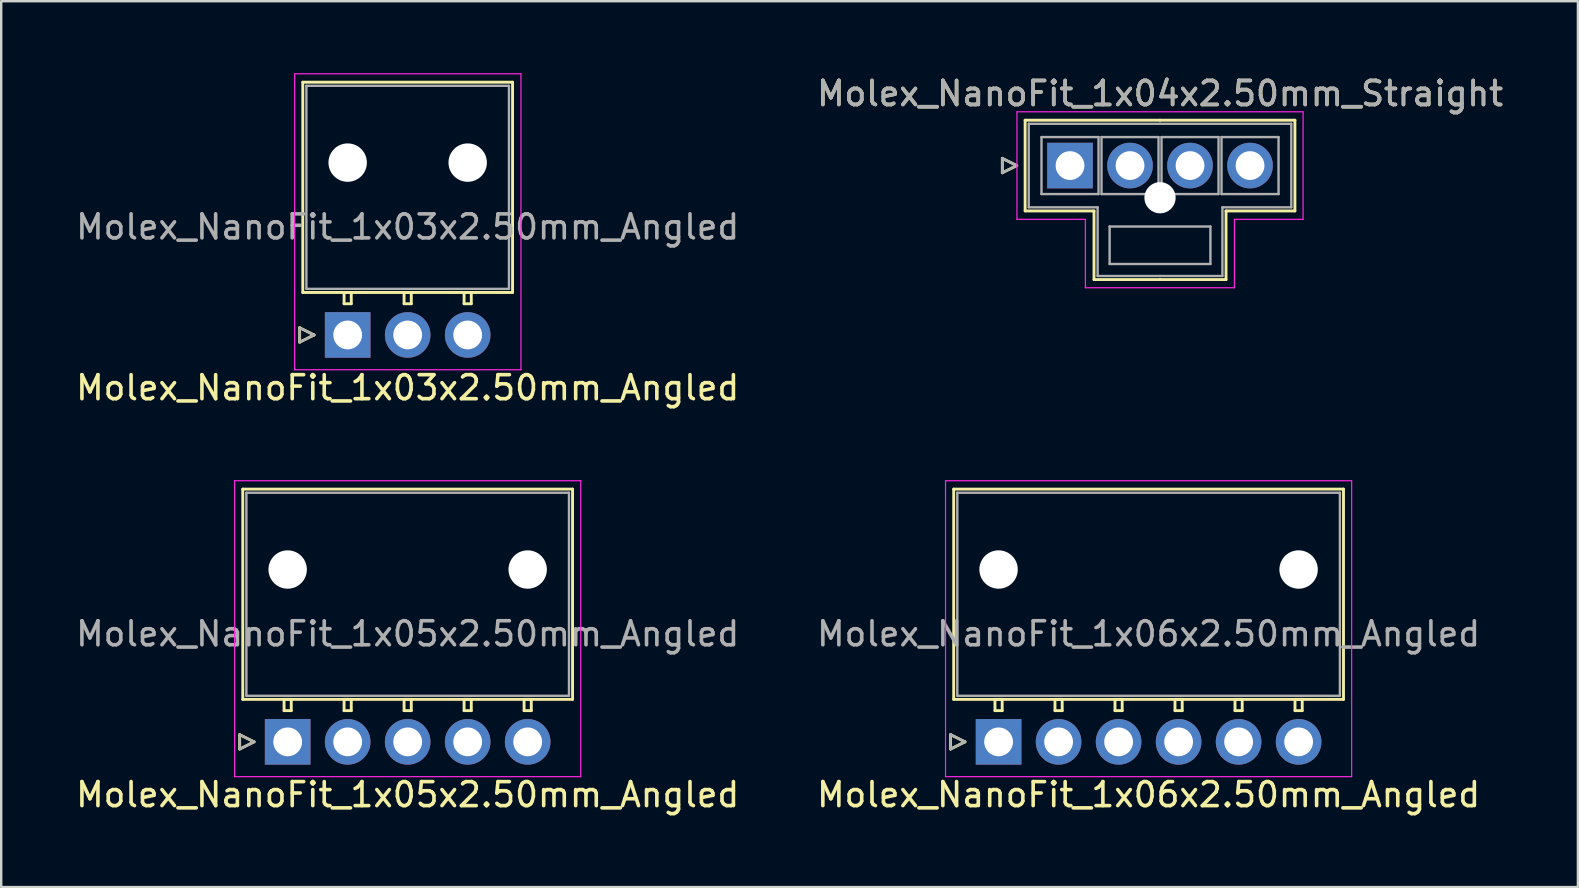
<source format=kicad_pcb>
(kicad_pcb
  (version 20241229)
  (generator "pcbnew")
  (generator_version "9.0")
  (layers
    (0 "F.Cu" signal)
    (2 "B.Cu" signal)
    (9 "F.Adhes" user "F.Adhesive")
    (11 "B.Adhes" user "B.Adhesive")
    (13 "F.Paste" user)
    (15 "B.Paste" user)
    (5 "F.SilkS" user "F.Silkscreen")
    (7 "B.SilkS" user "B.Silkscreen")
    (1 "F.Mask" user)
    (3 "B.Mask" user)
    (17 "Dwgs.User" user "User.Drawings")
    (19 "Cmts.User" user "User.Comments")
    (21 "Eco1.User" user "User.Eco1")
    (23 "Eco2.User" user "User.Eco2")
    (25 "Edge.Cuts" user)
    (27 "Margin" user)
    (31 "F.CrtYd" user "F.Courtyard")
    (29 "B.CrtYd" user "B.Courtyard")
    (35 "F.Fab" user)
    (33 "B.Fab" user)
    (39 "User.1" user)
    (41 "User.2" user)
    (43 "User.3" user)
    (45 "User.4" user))
  (footprint "Molex_NanoFit_1x04x2.50mm_Straight"
    (layer "F.Cu")
    (at 41.53 3.848)
    (property "Reference" "Molex_NanoFit_1x04x2.50mm_Straight" (at 3.75 -3 0) (layer "F.SilkS") (effects (font (size 1 1) (thickness 0.15))))
    (attr through_hole)
    (fp_line (start -2.82 -0.3) (end -2.22 0) (stroke (width 0.12) (type solid)) (layer "F.SilkS"))
    (fp_line (start -2.82 0.3) (end -2.82 -0.3) (stroke (width 0.12) (type solid)) (layer "F.SilkS"))
    (fp_line (start -2.22 0) (end -2.82 0.3) (stroke (width 0.12) (type solid)) (layer "F.SilkS"))
    (fp_line (start -1.87 -1.89) (end -1.87 1.89) (stroke (width 0.12) (type solid)) (layer "F.SilkS"))
    (fp_line (start -1.87 1.89) (end 1 1.89) (stroke (width 0.12) (type solid)) (layer "F.SilkS"))
    (fp_line (start 1 1.89) (end 1 4.75) (stroke (width 0.12) (type solid)) (layer "F.SilkS"))
    (fp_line (start 1 4.75) (end 3.75 4.75) (stroke (width 0.12) (type solid)) (layer "F.SilkS"))
    (fp_line (start 3.75 -1.89) (end -1.87 -1.89) (stroke (width 0.12) (type solid)) (layer "F.SilkS"))
    (fp_line (start 3.75 -1.89) (end 9.37 -1.89) (stroke (width 0.12) (type solid)) (layer "F.SilkS"))
    (fp_line (start 6.5 1.89) (end 6.5 4.75) (stroke (width 0.12) (type solid)) (layer "F.SilkS"))
    (fp_line (start 6.5 4.75) (end 3.75 4.75) (stroke (width 0.12) (type solid)) (layer "F.SilkS"))
    (fp_line (start 9.37 -1.89) (end 9.37 1.89) (stroke (width 0.12) (type solid)) (layer "F.SilkS"))
    (fp_line (start 9.37 1.89) (end 6.5 1.89) (stroke (width 0.12) (type solid)) (layer "F.SilkS"))
    (fp_line (start -2.21 -2.24) (end -2.21 2.24) (stroke (width 0.05) (type solid)) (layer "F.CrtYd"))
    (fp_line (start -2.21 2.24) (end 0.64 2.24) (stroke (width 0.05) (type solid)) (layer "F.CrtYd"))
    (fp_line (start 0.64 2.24) (end 0.64 5.09) (stroke (width 0.05) (type solid)) (layer "F.CrtYd"))
    (fp_line (start 0.64 5.09) (end 6.85 5.09) (stroke (width 0.05) (type solid)) (layer "F.CrtYd"))
    (fp_line (start 6.85 2.24) (end 9.71 2.24) (stroke (width 0.05) (type solid)) (layer "F.CrtYd"))
    (fp_line (start 6.85 5.09) (end 6.85 2.24) (stroke (width 0.05) (type solid)) (layer "F.CrtYd"))
    (fp_line (start 9.71 -2.24) (end -2.21 -2.24) (stroke (width 0.05) (type solid)) (layer "F.CrtYd"))
    (fp_line (start 9.71 2.24) (end 9.71 -2.24) (stroke (width 0.05) (type solid)) (layer "F.CrtYd"))
    (fp_line (start -2.82 -0.3) (end -2.22 0) (stroke (width 0.1) (type solid)) (layer "F.Fab"))
    (fp_line (start -2.82 0.3) (end -2.82 -0.3) (stroke (width 0.1) (type solid)) (layer "F.Fab"))
    (fp_line (start -2.22 0) (end -2.82 0.3) (stroke (width 0.1) (type solid)) (layer "F.Fab"))
    (fp_line (start -1.72 -1.74) (end -1.72 1.74) (stroke (width 0.1) (type solid)) (layer "F.Fab"))
    (fp_line (start -1.72 1.74) (end 1.15 1.74) (stroke (width 0.1) (type solid)) (layer "F.Fab"))
    (fp_line (start -1.188 -1.188) (end -1.188 1.188) (stroke (width 0.1) (type solid)) (layer "F.Fab"))
    (fp_line (start -1.188 1.188) (end 1.188 1.188) (stroke (width 0.1) (type solid)) (layer "F.Fab"))
    (fp_line (start 1.15 1.74) (end 1.15 4.6) (stroke (width 0.1) (type solid)) (layer "F.Fab"))
    (fp_line (start 1.15 4.6) (end 3.75 4.6) (stroke (width 0.1) (type solid)) (layer "F.Fab"))
    (fp_line (start 1.188 -1.188) (end -1.188 -1.188) (stroke (width 0.1) (type solid)) (layer "F.Fab"))
    (fp_line (start 1.188 1.188) (end 1.188 -1.188) (stroke (width 0.1) (type solid)) (layer "F.Fab"))
    (fp_line (start 1.312 -1.188) (end 1.312 1.188) (stroke (width 0.1) (type solid)) (layer "F.Fab"))
    (fp_line (start 1.312 1.188) (end 3.688 1.188) (stroke (width 0.1) (type solid)) (layer "F.Fab"))
    (fp_line (start 1.65 2.54) (end 1.65 4.1) (stroke (width 0.1) (type solid)) (layer "F.Fab"))
    (fp_line (start 1.65 4.1) (end 5.85 4.1) (stroke (width 0.1) (type solid)) (layer "F.Fab"))
    (fp_line (start 3.688 -1.188) (end 1.312 -1.188) (stroke (width 0.1) (type solid)) (layer "F.Fab"))
    (fp_line (start 3.688 1.188) (end 3.688 -1.188) (stroke (width 0.1) (type solid)) (layer "F.Fab"))
    (fp_line (start 3.75 -1.74) (end -1.72 -1.74) (stroke (width 0.1) (type solid)) (layer "F.Fab"))
    (fp_line (start 3.75 -1.74) (end 9.22 -1.74) (stroke (width 0.1) (type solid)) (layer "F.Fab"))
    (fp_line (start 3.812 -1.188) (end 3.812 1.188) (stroke (width 0.1) (type solid)) (layer "F.Fab"))
    (fp_line (start 3.812 1.188) (end 6.188 1.188) (stroke (width 0.1) (type solid)) (layer "F.Fab"))
    (fp_line (start 5.85 2.54) (end 1.65 2.54) (stroke (width 0.1) (type solid)) (layer "F.Fab"))
    (fp_line (start 5.85 4.1) (end 5.85 2.54) (stroke (width 0.1) (type solid)) (layer "F.Fab"))
    (fp_line (start 6.188 -1.188) (end 3.812 -1.188) (stroke (width 0.1) (type solid)) (layer "F.Fab"))
    (fp_line (start 6.188 1.188) (end 6.188 -1.188) (stroke (width 0.1) (type solid)) (layer "F.Fab"))
    (fp_line (start 6.312 -1.188) (end 6.312 1.188) (stroke (width 0.1) (type solid)) (layer "F.Fab"))
    (fp_line (start 6.312 1.188) (end 8.688 1.188) (stroke (width 0.1) (type solid)) (layer "F.Fab"))
    (fp_line (start 6.35 1.74) (end 6.35 4.6) (stroke (width 0.1) (type solid)) (layer "F.Fab"))
    (fp_line (start 6.35 4.6) (end 3.75 4.6) (stroke (width 0.1) (type solid)) (layer "F.Fab"))
    (fp_line (start 8.688 -1.188) (end 6.312 -1.188) (stroke (width 0.1) (type solid)) (layer "F.Fab"))
    (fp_line (start 8.688 1.188) (end 8.688 -1.188) (stroke (width 0.1) (type solid)) (layer "F.Fab"))
    (fp_line (start 9.22 -1.74) (end 9.22 1.74) (stroke (width 0.1) (type solid)) (layer "F.Fab"))
    (fp_line (start 9.22 1.74) (end 6.35 1.74) (stroke (width 0.1) (type solid)) (layer "F.Fab"))
    (fp_text user "${REFERENCE}" (at 3.75 -3 0) (layer "F.Fab") (effects (font (size 1 1) (thickness 0.15))))
    (pad "" np_thru_hole circle (at 3.75 1.34) (size 1.3 1.3) (drill 1.3) (layers "*.Cu" "*.Mask"))
    (pad "1" thru_hole rect (at 0 0) (size 1.9 1.9) (drill 1.2) (layers "*.Cu" "*.Mask"))
    (pad "2" thru_hole circle (at 2.5 0) (size 1.9 1.9) (drill 1.2) (layers "*.Cu" "*.Mask"))
    (pad "3" thru_hole circle (at 5 0) (size 1.9 1.9) (drill 1.2) (layers "*.Cu" "*.Mask"))
    (pad "4" thru_hole circle (at 7.5 0) (size 1.9 1.9) (drill 1.2) (layers "*.Cu" "*.Mask")))
  (footprint "Molex_NanoFit_1x06x2.50mm_Angled"
    (layer "F.Cu")
    (at 38.554 27.858)
    (property "Reference" "Molex_NanoFit_1x06x2.50mm_Angled" (at 6.25 2.2 0) (layer "F.SilkS") (effects (font (size 1 1) (thickness 0.15))))
    (attr through_hole)
    (fp_line (start -2 -0.3) (end -1.4 0) (stroke (width 0.12) (type solid)) (layer "F.SilkS"))
    (fp_line (start -2 0.3) (end -2 -0.3) (stroke (width 0.12) (type solid)) (layer "F.SilkS"))
    (fp_line (start -1.87 -10.53) (end -1.87 -1.77) (stroke (width 0.12) (type solid)) (layer "F.SilkS"))
    (fp_line (start -1.87 -1.77) (end 14.37 -1.77) (stroke (width 0.12) (type solid)) (layer "F.SilkS"))
    (fp_line (start -1.4 0) (end -2 0.3) (stroke (width 0.12) (type solid)) (layer "F.SilkS"))
    (fp_line (start -0.15 -1.77) (end -0.15 -1.3) (stroke (width 0.12) (type solid)) (layer "F.SilkS"))
    (fp_line (start -0.15 -1.3) (end 0.15 -1.3) (stroke (width 0.12) (type solid)) (layer "F.SilkS"))
    (fp_line (start 0.15 -1.77) (end -0.15 -1.77) (stroke (width 0.12) (type solid)) (layer "F.SilkS"))
    (fp_line (start 0.15 -1.3) (end 0.15 -1.77) (stroke (width 0.12) (type solid)) (layer "F.SilkS"))
    (fp_line (start 2.35 -1.77) (end 2.35 -1.3) (stroke (width 0.12) (type solid)) (layer "F.SilkS"))
    (fp_line (start 2.35 -1.3) (end 2.65 -1.3) (stroke (width 0.12) (type solid)) (layer "F.SilkS"))
    (fp_line (start 2.65 -1.77) (end 2.35 -1.77) (stroke (width 0.12) (type solid)) (layer "F.SilkS"))
    (fp_line (start 2.65 -1.3) (end 2.65 -1.77) (stroke (width 0.12) (type solid)) (layer "F.SilkS"))
    (fp_line (start 4.85 -1.77) (end 4.85 -1.3) (stroke (width 0.12) (type solid)) (layer "F.SilkS"))
    (fp_line (start 4.85 -1.3) (end 5.15 -1.3) (stroke (width 0.12) (type solid)) (layer "F.SilkS"))
    (fp_line (start 5.15 -1.77) (end 4.85 -1.77) (stroke (width 0.12) (type solid)) (layer "F.SilkS"))
    (fp_line (start 5.15 -1.3) (end 5.15 -1.77) (stroke (width 0.12) (type solid)) (layer "F.SilkS"))
    (fp_line (start 7.35 -1.77) (end 7.35 -1.3) (stroke (width 0.12) (type solid)) (layer "F.SilkS"))
    (fp_line (start 7.35 -1.3) (end 7.65 -1.3) (stroke (width 0.12) (type solid)) (layer "F.SilkS"))
    (fp_line (start 7.65 -1.77) (end 7.35 -1.77) (stroke (width 0.12) (type solid)) (layer "F.SilkS"))
    (fp_line (start 7.65 -1.3) (end 7.65 -1.77) (stroke (width 0.12) (type solid)) (layer "F.SilkS"))
    (fp_line (start 9.85 -1.77) (end 9.85 -1.3) (stroke (width 0.12) (type solid)) (layer "F.SilkS"))
    (fp_line (start 9.85 -1.3) (end 10.15 -1.3) (stroke (width 0.12) (type solid)) (layer "F.SilkS"))
    (fp_line (start 10.15 -1.77) (end 9.85 -1.77) (stroke (width 0.12) (type solid)) (layer "F.SilkS"))
    (fp_line (start 10.15 -1.3) (end 10.15 -1.77) (stroke (width 0.12) (type solid)) (layer "F.SilkS"))
    (fp_line (start 12.35 -1.77) (end 12.35 -1.3) (stroke (width 0.12) (type solid)) (layer "F.SilkS"))
    (fp_line (start 12.35 -1.3) (end 12.65 -1.3) (stroke (width 0.12) (type solid)) (layer "F.SilkS"))
    (fp_line (start 12.65 -1.77) (end 12.35 -1.77) (stroke (width 0.12) (type solid)) (layer "F.SilkS"))
    (fp_line (start 12.65 -1.3) (end 12.65 -1.77) (stroke (width 0.12) (type solid)) (layer "F.SilkS"))
    (fp_line (start 14.37 -10.53) (end -1.87 -10.53) (stroke (width 0.12) (type solid)) (layer "F.SilkS"))
    (fp_line (start 14.37 -1.77) (end 14.37 -10.53) (stroke (width 0.12) (type solid)) (layer "F.SilkS"))
    (fp_line (start -2.21 -10.88) (end -2.21 1.45) (stroke (width 0.05) (type solid)) (layer "F.CrtYd"))
    (fp_line (start -2.21 1.45) (end 14.71 1.45) (stroke (width 0.05) (type solid)) (layer "F.CrtYd"))
    (fp_line (start 14.71 -10.88) (end -2.21 -10.88) (stroke (width 0.05) (type solid)) (layer "F.CrtYd"))
    (fp_line (start 14.71 1.45) (end 14.71 -10.88) (stroke (width 0.05) (type solid)) (layer "F.CrtYd"))
    (fp_line (start -2 -0.3) (end -1.4 0) (stroke (width 0.1) (type solid)) (layer "F.Fab"))
    (fp_line (start -2 0.3) (end -2 -0.3) (stroke (width 0.1) (type solid)) (layer "F.Fab"))
    (fp_line (start -1.72 -10.38) (end -1.72 -1.92) (stroke (width 0.1) (type solid)) (layer "F.Fab"))
    (fp_line (start -1.72 -1.92) (end 14.22 -1.92) (stroke (width 0.1) (type solid)) (layer "F.Fab"))
    (fp_line (start -1.4 0) (end -2 0.3) (stroke (width 0.1) (type solid)) (layer "F.Fab"))
    (fp_line (start 14.22 -10.38) (end -1.72 -10.38) (stroke (width 0.1) (type solid)) (layer "F.Fab"))
    (fp_line (start 14.22 -1.92) (end 14.22 -10.38) (stroke (width 0.1) (type solid)) (layer "F.Fab"))
    (fp_text user "${REFERENCE}" (at 6.25 -4.5 0) (layer "F.Fab") (effects (font (size 1 1) (thickness 0.15))))
    (pad "" np_thru_hole circle (at 0 -7.18) (size 1.6 1.6) (drill 1.6) (layers "*.Cu" "*.Mask"))
    (pad "" np_thru_hole circle (at 12.5 -7.18) (size 1.6 1.6) (drill 1.6) (layers "*.Cu" "*.Mask"))
    (pad "1" thru_hole rect (at 0 0) (size 1.9 1.9) (drill 1.2) (layers "*.Cu" "*.Mask"))
    (pad "2" thru_hole circle (at 2.5 0) (size 1.9 1.9) (drill 1.2) (layers "*.Cu" "*.Mask"))
    (pad "3" thru_hole circle (at 5 0) (size 1.9 1.9) (drill 1.2) (layers "*.Cu" "*.Mask"))
    (pad "4" thru_hole circle (at 7.5 0) (size 1.9 1.9) (drill 1.2) (layers "*.Cu" "*.Mask"))
    (pad "5" thru_hole circle (at 10 0) (size 1.9 1.9) (drill 1.2) (layers "*.Cu" "*.Mask"))
    (pad "6" thru_hole circle (at 12.5 0) (size 1.9 1.9) (drill 1.2) (layers "*.Cu" "*.Mask")))
  (footprint "Molex_NanoFit_1x05x2.50mm_Angled"
    (layer "F.Cu")
    (at 8.935 27.858)
    (property "Reference" "Molex_NanoFit_1x05x2.50mm_Angled" (at 5 2.2 0) (layer "F.SilkS") (effects (font (size 1 1) (thickness 0.15))))
    (attr through_hole)
    (fp_line (start -2 -0.3) (end -1.4 0) (stroke (width 0.12) (type solid)) (layer "F.SilkS"))
    (fp_line (start -2 0.3) (end -2 -0.3) (stroke (width 0.12) (type solid)) (layer "F.SilkS"))
    (fp_line (start -1.87 -10.53) (end -1.87 -1.77) (stroke (width 0.12) (type solid)) (layer "F.SilkS"))
    (fp_line (start -1.87 -1.77) (end 11.87 -1.77) (stroke (width 0.12) (type solid)) (layer "F.SilkS"))
    (fp_line (start -1.4 0) (end -2 0.3) (stroke (width 0.12) (type solid)) (layer "F.SilkS"))
    (fp_line (start -0.15 -1.77) (end -0.15 -1.3) (stroke (width 0.12) (type solid)) (layer "F.SilkS"))
    (fp_line (start -0.15 -1.3) (end 0.15 -1.3) (stroke (width 0.12) (type solid)) (layer "F.SilkS"))
    (fp_line (start 0.15 -1.77) (end -0.15 -1.77) (stroke (width 0.12) (type solid)) (layer "F.SilkS"))
    (fp_line (start 0.15 -1.3) (end 0.15 -1.77) (stroke (width 0.12) (type solid)) (layer "F.SilkS"))
    (fp_line (start 2.35 -1.77) (end 2.35 -1.3) (stroke (width 0.12) (type solid)) (layer "F.SilkS"))
    (fp_line (start 2.35 -1.3) (end 2.65 -1.3) (stroke (width 0.12) (type solid)) (layer "F.SilkS"))
    (fp_line (start 2.65 -1.77) (end 2.35 -1.77) (stroke (width 0.12) (type solid)) (layer "F.SilkS"))
    (fp_line (start 2.65 -1.3) (end 2.65 -1.77) (stroke (width 0.12) (type solid)) (layer "F.SilkS"))
    (fp_line (start 4.85 -1.77) (end 4.85 -1.3) (stroke (width 0.12) (type solid)) (layer "F.SilkS"))
    (fp_line (start 4.85 -1.3) (end 5.15 -1.3) (stroke (width 0.12) (type solid)) (layer "F.SilkS"))
    (fp_line (start 5.15 -1.77) (end 4.85 -1.77) (stroke (width 0.12) (type solid)) (layer "F.SilkS"))
    (fp_line (start 5.15 -1.3) (end 5.15 -1.77) (stroke (width 0.12) (type solid)) (layer "F.SilkS"))
    (fp_line (start 7.35 -1.77) (end 7.35 -1.3) (stroke (width 0.12) (type solid)) (layer "F.SilkS"))
    (fp_line (start 7.35 -1.3) (end 7.65 -1.3) (stroke (width 0.12) (type solid)) (layer "F.SilkS"))
    (fp_line (start 7.65 -1.77) (end 7.35 -1.77) (stroke (width 0.12) (type solid)) (layer "F.SilkS"))
    (fp_line (start 7.65 -1.3) (end 7.65 -1.77) (stroke (width 0.12) (type solid)) (layer "F.SilkS"))
    (fp_line (start 9.85 -1.77) (end 9.85 -1.3) (stroke (width 0.12) (type solid)) (layer "F.SilkS"))
    (fp_line (start 9.85 -1.3) (end 10.15 -1.3) (stroke (width 0.12) (type solid)) (layer "F.SilkS"))
    (fp_line (start 10.15 -1.77) (end 9.85 -1.77) (stroke (width 0.12) (type solid)) (layer "F.SilkS"))
    (fp_line (start 10.15 -1.3) (end 10.15 -1.77) (stroke (width 0.12) (type solid)) (layer "F.SilkS"))
    (fp_line (start 11.87 -10.53) (end -1.87 -10.53) (stroke (width 0.12) (type solid)) (layer "F.SilkS"))
    (fp_line (start 11.87 -1.77) (end 11.87 -10.53) (stroke (width 0.12) (type solid)) (layer "F.SilkS"))
    (fp_line (start -2.21 -10.88) (end -2.21 1.45) (stroke (width 0.05) (type solid)) (layer "F.CrtYd"))
    (fp_line (start -2.21 1.45) (end 12.21 1.45) (stroke (width 0.05) (type solid)) (layer "F.CrtYd"))
    (fp_line (start 12.21 -10.88) (end -2.21 -10.88) (stroke (width 0.05) (type solid)) (layer "F.CrtYd"))
    (fp_line (start 12.21 1.45) (end 12.21 -10.88) (stroke (width 0.05) (type solid)) (layer "F.CrtYd"))
    (fp_line (start -2 -0.3) (end -1.4 0) (stroke (width 0.1) (type solid)) (layer "F.Fab"))
    (fp_line (start -2 0.3) (end -2 -0.3) (stroke (width 0.1) (type solid)) (layer "F.Fab"))
    (fp_line (start -1.72 -10.38) (end -1.72 -1.92) (stroke (width 0.1) (type solid)) (layer "F.Fab"))
    (fp_line (start -1.72 -1.92) (end 11.72 -1.92) (stroke (width 0.1) (type solid)) (layer "F.Fab"))
    (fp_line (start -1.4 0) (end -2 0.3) (stroke (width 0.1) (type solid)) (layer "F.Fab"))
    (fp_line (start 11.72 -10.38) (end -1.72 -10.38) (stroke (width 0.1) (type solid)) (layer "F.Fab"))
    (fp_line (start 11.72 -1.92) (end 11.72 -10.38) (stroke (width 0.1) (type solid)) (layer "F.Fab"))
    (fp_text user "${REFERENCE}" (at 5 -4.5 0) (layer "F.Fab") (effects (font (size 1 1) (thickness 0.15))))
    (pad "" np_thru_hole circle (at 0 -7.18) (size 1.6 1.6) (drill 1.6) (layers "*.Cu" "*.Mask"))
    (pad "" np_thru_hole circle (at 10 -7.18) (size 1.6 1.6) (drill 1.6) (layers "*.Cu" "*.Mask"))
    (pad "1" thru_hole rect (at 0 0) (size 1.9 1.9) (drill 1.2) (layers "*.Cu" "*.Mask"))
    (pad "2" thru_hole circle (at 2.5 0) (size 1.9 1.9) (drill 1.2) (layers "*.Cu" "*.Mask"))
    (pad "3" thru_hole circle (at 5 0) (size 1.9 1.9) (drill 1.2) (layers "*.Cu" "*.Mask"))
    (pad "4" thru_hole circle (at 7.5 0) (size 1.9 1.9) (drill 1.2) (layers "*.Cu" "*.Mask"))
    (pad "5" thru_hole circle (at 10 0) (size 1.9 1.9) (drill 1.2) (layers "*.Cu" "*.Mask")))
  (footprint "Molex_NanoFit_1x03x2.50mm_Angled"
    (layer "F.Cu")
    (at 11.435 10.905)
    (property "Reference" "Molex_NanoFit_1x03x2.50mm_Angled" (at 2.5 2.2 0) (layer "F.SilkS") (effects (font (size 1 1) (thickness 0.15))))
    (attr through_hole)
    (fp_line (start -2 -0.3) (end -1.4 0) (stroke (width 0.12) (type solid)) (layer "F.SilkS"))
    (fp_line (start -2 0.3) (end -2 -0.3) (stroke (width 0.12) (type solid)) (layer "F.SilkS"))
    (fp_line (start -1.87 -10.53) (end -1.87 -1.77) (stroke (width 0.12) (type solid)) (layer "F.SilkS"))
    (fp_line (start -1.87 -1.77) (end 6.87 -1.77) (stroke (width 0.12) (type solid)) (layer "F.SilkS"))
    (fp_line (start -1.4 0) (end -2 0.3) (stroke (width 0.12) (type solid)) (layer "F.SilkS"))
    (fp_line (start -0.15 -1.77) (end -0.15 -1.3) (stroke (width 0.12) (type solid)) (layer "F.SilkS"))
    (fp_line (start -0.15 -1.3) (end 0.15 -1.3) (stroke (width 0.12) (type solid)) (layer "F.SilkS"))
    (fp_line (start 0.15 -1.77) (end -0.15 -1.77) (stroke (width 0.12) (type solid)) (layer "F.SilkS"))
    (fp_line (start 0.15 -1.3) (end 0.15 -1.77) (stroke (width 0.12) (type solid)) (layer "F.SilkS"))
    (fp_line (start 2.35 -1.77) (end 2.35 -1.3) (stroke (width 0.12) (type solid)) (layer "F.SilkS"))
    (fp_line (start 2.35 -1.3) (end 2.65 -1.3) (stroke (width 0.12) (type solid)) (layer "F.SilkS"))
    (fp_line (start 2.65 -1.77) (end 2.35 -1.77) (stroke (width 0.12) (type solid)) (layer "F.SilkS"))
    (fp_line (start 2.65 -1.3) (end 2.65 -1.77) (stroke (width 0.12) (type solid)) (layer "F.SilkS"))
    (fp_line (start 4.85 -1.77) (end 4.85 -1.3) (stroke (width 0.12) (type solid)) (layer "F.SilkS"))
    (fp_line (start 4.85 -1.3) (end 5.15 -1.3) (stroke (width 0.12) (type solid)) (layer "F.SilkS"))
    (fp_line (start 5.15 -1.77) (end 4.85 -1.77) (stroke (width 0.12) (type solid)) (layer "F.SilkS"))
    (fp_line (start 5.15 -1.3) (end 5.15 -1.77) (stroke (width 0.12) (type solid)) (layer "F.SilkS"))
    (fp_line (start 6.87 -10.53) (end -1.87 -10.53) (stroke (width 0.12) (type solid)) (layer "F.SilkS"))
    (fp_line (start 6.87 -1.77) (end 6.87 -10.53) (stroke (width 0.12) (type solid)) (layer "F.SilkS"))
    (fp_line (start -2.21 -10.88) (end -2.21 1.45) (stroke (width 0.05) (type solid)) (layer "F.CrtYd"))
    (fp_line (start -2.21 1.45) (end 7.22 1.45) (stroke (width 0.05) (type solid)) (layer "F.CrtYd"))
    (fp_line (start 7.22 -10.88) (end -2.21 -10.88) (stroke (width 0.05) (type solid)) (layer "F.CrtYd"))
    (fp_line (start 7.22 1.45) (end 7.22 -10.88) (stroke (width 0.05) (type solid)) (layer "F.CrtYd"))
    (fp_line (start -2 -0.3) (end -1.4 0) (stroke (width 0.1) (type solid)) (layer "F.Fab"))
    (fp_line (start -2 0.3) (end -2 -0.3) (stroke (width 0.1) (type solid)) (layer "F.Fab"))
    (fp_line (start -1.72 -10.38) (end -1.72 -1.92) (stroke (width 0.1) (type solid)) (layer "F.Fab"))
    (fp_line (start -1.72 -1.92) (end 6.72 -1.92) (stroke (width 0.1) (type solid)) (layer "F.Fab"))
    (fp_line (start -1.4 0) (end -2 0.3) (stroke (width 0.1) (type solid)) (layer "F.Fab"))
    (fp_line (start 6.72 -10.38) (end -1.72 -10.38) (stroke (width 0.1) (type solid)) (layer "F.Fab"))
    (fp_line (start 6.72 -1.92) (end 6.72 -10.38) (stroke (width 0.1) (type solid)) (layer "F.Fab"))
    (fp_text user "${REFERENCE}" (at 2.5 -4.5 0) (layer "F.Fab") (effects (font (size 1 1) (thickness 0.15))))
    (pad "" np_thru_hole circle (at 0 -7.18) (size 1.6 1.6) (drill 1.6) (layers "*.Cu" "*.Mask"))
    (pad "" np_thru_hole circle (at 5 -7.18) (size 1.6 1.6) (drill 1.6) (layers "*.Cu" "*.Mask"))
    (pad "1" thru_hole rect (at 0 0) (size 1.9 1.9) (drill 1.2) (layers "*.Cu" "*.Mask"))
    (pad "2" thru_hole circle (at 2.5 0) (size 1.9 1.9) (drill 1.2) (layers "*.Cu" "*.Mask"))
    (pad "3" thru_hole circle (at 5 0) (size 1.9 1.9) (drill 1.2) (layers "*.Cu" "*.Mask")))
  (gr_rect
    (start -3 -3)
    (end 62.69 33.907)
    (stroke (width 0.1) (type default))
    (fill no)
    (layer "Edge.Cuts")))
</source>
